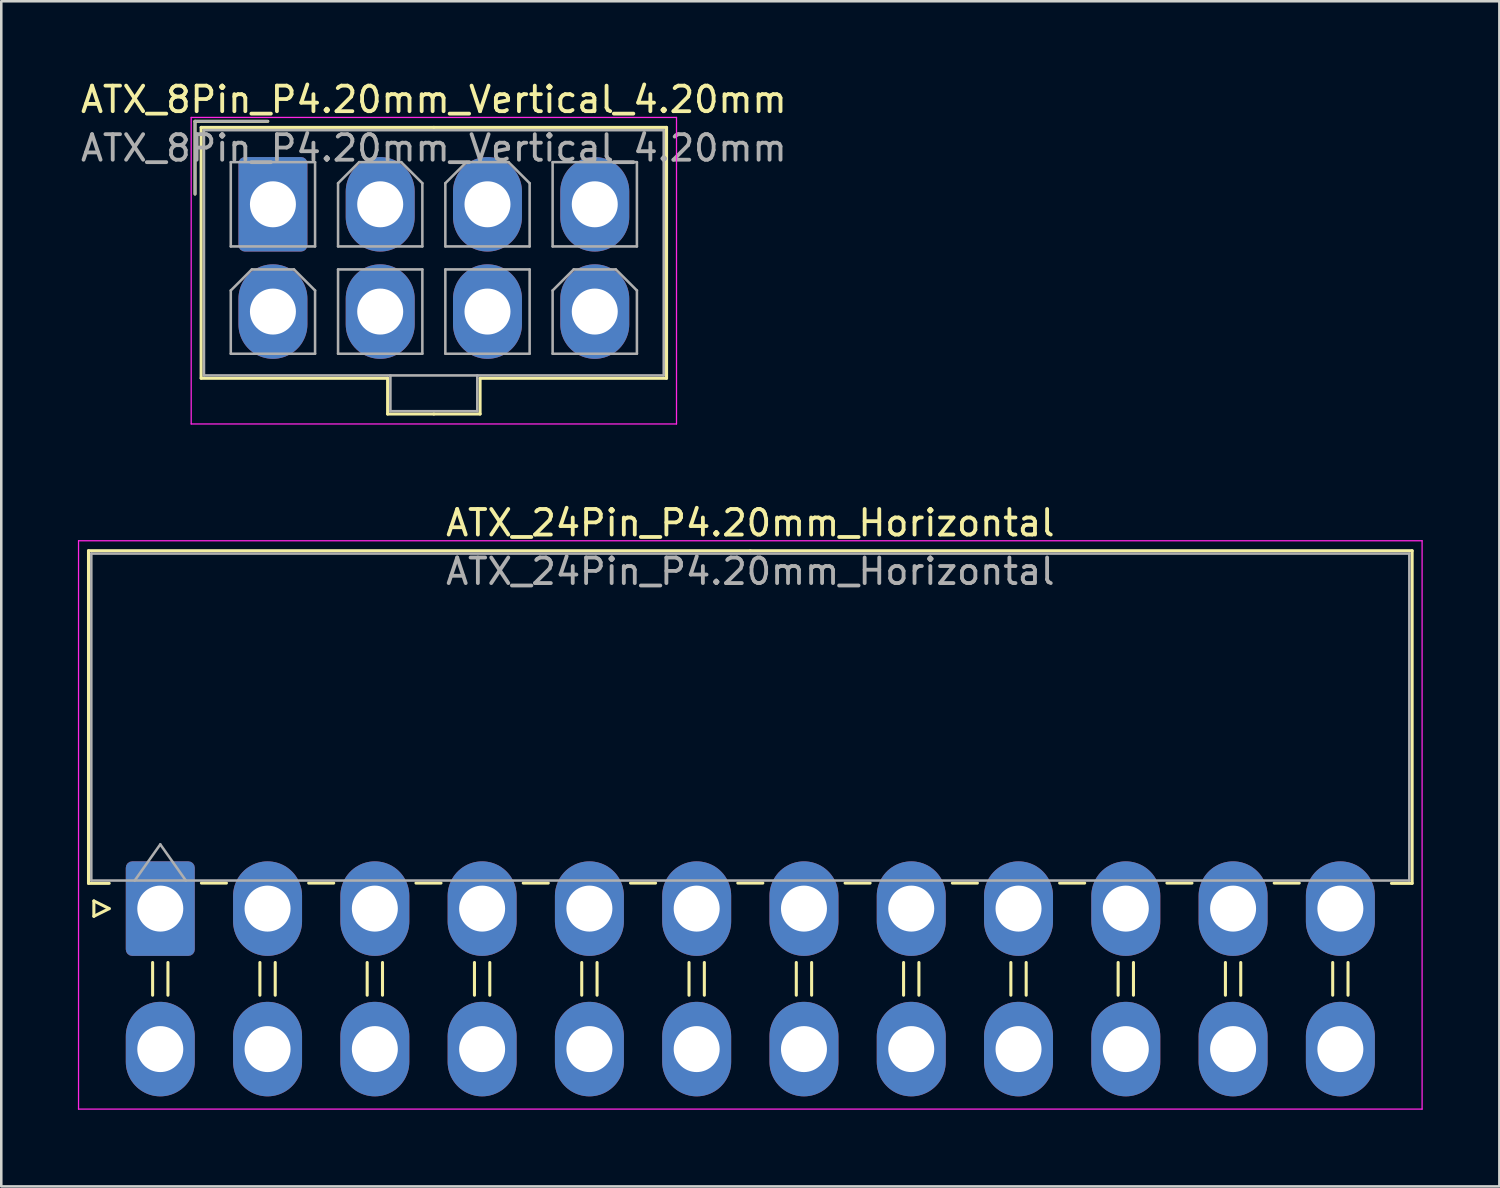
<source format=kicad_pcb>
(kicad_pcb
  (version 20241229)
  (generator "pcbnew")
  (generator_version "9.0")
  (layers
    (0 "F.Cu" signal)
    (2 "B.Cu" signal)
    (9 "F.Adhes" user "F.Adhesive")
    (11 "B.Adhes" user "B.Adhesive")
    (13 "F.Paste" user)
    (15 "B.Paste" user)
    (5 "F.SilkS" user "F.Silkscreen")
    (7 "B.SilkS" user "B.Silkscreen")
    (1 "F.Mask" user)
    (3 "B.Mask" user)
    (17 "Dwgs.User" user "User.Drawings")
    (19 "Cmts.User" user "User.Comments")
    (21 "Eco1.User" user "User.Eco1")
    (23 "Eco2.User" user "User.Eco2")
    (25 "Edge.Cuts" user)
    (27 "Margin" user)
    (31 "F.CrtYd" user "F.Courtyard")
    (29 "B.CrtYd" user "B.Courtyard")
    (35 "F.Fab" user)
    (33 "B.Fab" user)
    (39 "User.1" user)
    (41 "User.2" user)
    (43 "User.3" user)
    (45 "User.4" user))
  (footprint "ATX_8Pin_P4.20mm_Vertical_4.20mm"
    (layer "F.Cu")
    (at 7.635 4.948)
    (property "Reference" "ATX_8Pin_P4.20mm_Vertical_4.20mm" (at 6.3 -4.1 0) (layer "F.SilkS") (effects (font (size 1 1) (thickness 0.15))))
    (attr through_hole)
    (fp_line (start -3.05 -3.25) (end -3.05 -0.4) (stroke (width 0.12) (type solid)) (layer "F.SilkS"))
    (fp_line (start -2.81 -3.01) (end -2.81 6.81) (stroke (width 0.12) (type solid)) (layer "F.SilkS"))
    (fp_line (start -2.81 6.81) (end 4.49 6.81) (stroke (width 0.12) (type solid)) (layer "F.SilkS"))
    (fp_line (start -0.2 -3.25) (end -3.05 -3.25) (stroke (width 0.12) (type solid)) (layer "F.SilkS"))
    (fp_line (start 4.49 6.81) (end 4.49 8.21) (stroke (width 0.12) (type solid)) (layer "F.SilkS"))
    (fp_line (start 4.49 8.21) (end 6.3 8.21) (stroke (width 0.12) (type solid)) (layer "F.SilkS"))
    (fp_line (start 6.3 -3.01) (end -2.81 -3.01) (stroke (width 0.12) (type solid)) (layer "F.SilkS"))
    (fp_line (start 6.3 -3.01) (end 15.41 -3.01) (stroke (width 0.12) (type solid)) (layer "F.SilkS"))
    (fp_line (start 8.11 6.81) (end 8.11 8.21) (stroke (width 0.12) (type solid)) (layer "F.SilkS"))
    (fp_line (start 8.11 8.21) (end 6.3 8.21) (stroke (width 0.12) (type solid)) (layer "F.SilkS"))
    (fp_line (start 15.41 -3.01) (end 15.41 6.81) (stroke (width 0.12) (type solid)) (layer "F.SilkS"))
    (fp_line (start 15.41 6.81) (end 8.11 6.81) (stroke (width 0.12) (type solid)) (layer "F.SilkS"))
    (fp_line (start -3.2 -3.4) (end -3.2 8.6) (stroke (width 0.05) (type solid)) (layer "F.CrtYd"))
    (fp_line (start -3.2 8.6) (end 15.8 8.6) (stroke (width 0.05) (type solid)) (layer "F.CrtYd"))
    (fp_line (start 15.8 -3.4) (end -3.2 -3.4) (stroke (width 0.05) (type solid)) (layer "F.CrtYd"))
    (fp_line (start 15.8 8.6) (end 15.8 -3.4) (stroke (width 0.05) (type solid)) (layer "F.CrtYd"))
    (fp_line (start -3.05 -3.25) (end -3.05 -0.4) (stroke (width 0.1) (type solid)) (layer "F.Fab"))
    (fp_line (start -2.7 -2.9) (end -2.7 6.7) (stroke (width 0.1) (type solid)) (layer "F.Fab"))
    (fp_line (start -2.7 6.7) (end 15.3 6.7) (stroke (width 0.1) (type solid)) (layer "F.Fab"))
    (fp_line (start -1.65 -1.65) (end -1.65 1.65) (stroke (width 0.1) (type solid)) (layer "F.Fab"))
    (fp_line (start -1.65 1.65) (end 1.65 1.65) (stroke (width 0.1) (type solid)) (layer "F.Fab"))
    (fp_line (start -1.65 3.375) (end -0.825 2.55) (stroke (width 0.1) (type solid)) (layer "F.Fab"))
    (fp_line (start -1.65 5.85) (end -1.65 3.375) (stroke (width 0.1) (type solid)) (layer "F.Fab"))
    (fp_line (start -0.825 2.55) (end 0.825 2.55) (stroke (width 0.1) (type solid)) (layer "F.Fab"))
    (fp_line (start -0.2 -3.25) (end -3.05 -3.25) (stroke (width 0.1) (type solid)) (layer "F.Fab"))
    (fp_line (start 0.825 2.55) (end 1.65 3.375) (stroke (width 0.1) (type solid)) (layer "F.Fab"))
    (fp_line (start 1.65 -1.65) (end -1.65 -1.65) (stroke (width 0.1) (type solid)) (layer "F.Fab"))
    (fp_line (start 1.65 1.65) (end 1.65 -1.65) (stroke (width 0.1) (type solid)) (layer "F.Fab"))
    (fp_line (start 1.65 3.375) (end 1.65 5.85) (stroke (width 0.1) (type solid)) (layer "F.Fab"))
    (fp_line (start 1.65 5.85) (end -1.65 5.85) (stroke (width 0.1) (type solid)) (layer "F.Fab"))
    (fp_line (start 2.55 -0.825) (end 3.375 -1.65) (stroke (width 0.1) (type solid)) (layer "F.Fab"))
    (fp_line (start 2.55 1.65) (end 2.55 -0.825) (stroke (width 0.1) (type solid)) (layer "F.Fab"))
    (fp_line (start 2.55 2.55) (end 2.55 5.85) (stroke (width 0.1) (type solid)) (layer "F.Fab"))
    (fp_line (start 2.55 5.85) (end 5.85 5.85) (stroke (width 0.1) (type solid)) (layer "F.Fab"))
    (fp_line (start 3.375 -1.65) (end 5.025 -1.65) (stroke (width 0.1) (type solid)) (layer "F.Fab"))
    (fp_line (start 4.6 6.7) (end 4.6 8.1) (stroke (width 0.1) (type solid)) (layer "F.Fab"))
    (fp_line (start 4.6 8.1) (end 8 8.1) (stroke (width 0.1) (type solid)) (layer "F.Fab"))
    (fp_line (start 5.025 -1.65) (end 5.85 -0.825) (stroke (width 0.1) (type solid)) (layer "F.Fab"))
    (fp_line (start 5.85 -0.825) (end 5.85 1.65) (stroke (width 0.1) (type solid)) (layer "F.Fab"))
    (fp_line (start 5.85 1.65) (end 2.55 1.65) (stroke (width 0.1) (type solid)) (layer "F.Fab"))
    (fp_line (start 5.85 2.55) (end 2.55 2.55) (stroke (width 0.1) (type solid)) (layer "F.Fab"))
    (fp_line (start 5.85 5.85) (end 5.85 2.55) (stroke (width 0.1) (type solid)) (layer "F.Fab"))
    (fp_line (start 6.75 -0.825) (end 7.575 -1.65) (stroke (width 0.1) (type solid)) (layer "F.Fab"))
    (fp_line (start 6.75 1.65) (end 6.75 -0.825) (stroke (width 0.1) (type solid)) (layer "F.Fab"))
    (fp_line (start 6.75 2.55) (end 6.75 5.85) (stroke (width 0.1) (type solid)) (layer "F.Fab"))
    (fp_line (start 6.75 5.85) (end 10.05 5.85) (stroke (width 0.1) (type solid)) (layer "F.Fab"))
    (fp_line (start 7.575 -1.65) (end 9.225 -1.65) (stroke (width 0.1) (type solid)) (layer "F.Fab"))
    (fp_line (start 8 8.1) (end 8 6.7) (stroke (width 0.1) (type solid)) (layer "F.Fab"))
    (fp_line (start 9.225 -1.65) (end 10.05 -0.825) (stroke (width 0.1) (type solid)) (layer "F.Fab"))
    (fp_line (start 10.05 -0.825) (end 10.05 1.65) (stroke (width 0.1) (type solid)) (layer "F.Fab"))
    (fp_line (start 10.05 1.65) (end 6.75 1.65) (stroke (width 0.1) (type solid)) (layer "F.Fab"))
    (fp_line (start 10.05 2.55) (end 6.75 2.55) (stroke (width 0.1) (type solid)) (layer "F.Fab"))
    (fp_line (start 10.05 5.85) (end 10.05 2.55) (stroke (width 0.1) (type solid)) (layer "F.Fab"))
    (fp_line (start 10.95 -1.65) (end 10.95 1.65) (stroke (width 0.1) (type solid)) (layer "F.Fab"))
    (fp_line (start 10.95 1.65) (end 14.25 1.65) (stroke (width 0.1) (type solid)) (layer "F.Fab"))
    (fp_line (start 10.95 3.375) (end 11.775 2.55) (stroke (width 0.1) (type solid)) (layer "F.Fab"))
    (fp_line (start 10.95 5.85) (end 10.95 3.375) (stroke (width 0.1) (type solid)) (layer "F.Fab"))
    (fp_line (start 11.775 2.55) (end 13.425 2.55) (stroke (width 0.1) (type solid)) (layer "F.Fab"))
    (fp_line (start 13.425 2.55) (end 14.25 3.375) (stroke (width 0.1) (type solid)) (layer "F.Fab"))
    (fp_line (start 14.25 -1.65) (end 10.95 -1.65) (stroke (width 0.1) (type solid)) (layer "F.Fab"))
    (fp_line (start 14.25 1.65) (end 14.25 -1.65) (stroke (width 0.1) (type solid)) (layer "F.Fab"))
    (fp_line (start 14.25 3.375) (end 14.25 5.85) (stroke (width 0.1) (type solid)) (layer "F.Fab"))
    (fp_line (start 14.25 5.85) (end 10.95 5.85) (stroke (width 0.1) (type solid)) (layer "F.Fab"))
    (fp_line (start 15.3 -2.9) (end -2.7 -2.9) (stroke (width 0.1) (type solid)) (layer "F.Fab"))
    (fp_line (start 15.3 6.7) (end 15.3 -2.9) (stroke (width 0.1) (type solid)) (layer "F.Fab"))
    (fp_text user "${REFERENCE}" (at 6.3 -2.2 0) (layer "F.Fab") (effects (font (size 1 1) (thickness 0.15))))
    (pad "1" thru_hole roundrect (at 0 0) (size 2.7 3.7) (drill 1.8) (layers "*.Cu" "*.Mask") (roundrect_rratio 0.093))
    (pad "2" thru_hole oval (at 4.2 0) (size 2.7 3.7) (drill 1.8) (layers "*.Cu" "*.Mask"))
    (pad "3" thru_hole oval (at 8.4 0) (size 2.7 3.7) (drill 1.8) (layers "*.Cu" "*.Mask"))
    (pad "4" thru_hole oval (at 12.6 0) (size 2.7 3.7) (drill 1.8) (layers "*.Cu" "*.Mask"))
    (pad "5" thru_hole oval (at 0 4.2) (size 2.7 3.7) (drill 1.8) (layers "*.Cu" "*.Mask"))
    (pad "6" thru_hole oval (at 4.2 4.2) (size 2.7 3.7) (drill 1.8) (layers "*.Cu" "*.Mask"))
    (pad "7" thru_hole oval (at 8.4 4.2) (size 2.7 3.7) (drill 1.8) (layers "*.Cu" "*.Mask"))
    (pad "8" thru_hole oval (at 12.6 4.2) (size 2.7 3.7) (drill 1.8) (layers "*.Cu" "*.Mask")))
  (footprint "ATX_24Pin_P4.20mm_Horizontal"
    (layer "F.Cu")
    (at 3.225 32.522)
    (property "Reference" "ATX_24Pin_P4.20mm_Horizontal" (at 23.1 -15.1 0) (layer "F.SilkS") (effects (font (size 1 1) (thickness 0.15))))
    (attr through_hole)
    (fp_line (start -2.81 -14.01) (end 23.1 -14.01) (stroke (width 0.12) (type solid)) (layer "F.SilkS"))
    (fp_line (start -2.81 -0.99) (end -2.81 -14.01) (stroke (width 0.12) (type solid)) (layer "F.SilkS"))
    (fp_line (start -2.6 -0.3) (end -2 0) (stroke (width 0.12) (type solid)) (layer "F.SilkS"))
    (fp_line (start -2.6 0.3) (end -2.6 -0.3) (stroke (width 0.12) (type solid)) (layer "F.SilkS"))
    (fp_line (start -2 -0.99) (end -2.81 -0.99) (stroke (width 0.12) (type solid)) (layer "F.SilkS"))
    (fp_line (start -2 0) (end -2.6 0.3) (stroke (width 0.12) (type solid)) (layer "F.SilkS"))
    (fp_line (start -0.3 2.11) (end -0.3 3.39) (stroke (width 0.12) (type solid)) (layer "F.SilkS"))
    (fp_line (start 0.3 2.11) (end 0.3 3.39) (stroke (width 0.12) (type solid)) (layer "F.SilkS"))
    (fp_line (start 1.61 -1) (end 2.59 -1) (stroke (width 0.12) (type solid)) (layer "F.SilkS"))
    (fp_line (start 3.9 2.11) (end 3.9 3.39) (stroke (width 0.12) (type solid)) (layer "F.SilkS"))
    (fp_line (start 4.5 2.11) (end 4.5 3.39) (stroke (width 0.12) (type solid)) (layer "F.SilkS"))
    (fp_line (start 5.81 -1) (end 6.79 -1) (stroke (width 0.12) (type solid)) (layer "F.SilkS"))
    (fp_line (start 8.1 2.11) (end 8.1 3.39) (stroke (width 0.12) (type solid)) (layer "F.SilkS"))
    (fp_line (start 8.7 2.11) (end 8.7 3.39) (stroke (width 0.12) (type solid)) (layer "F.SilkS"))
    (fp_line (start 10.01 -1) (end 10.99 -1) (stroke (width 0.12) (type solid)) (layer "F.SilkS"))
    (fp_line (start 12.3 2.11) (end 12.3 3.39) (stroke (width 0.12) (type solid)) (layer "F.SilkS"))
    (fp_line (start 12.9 2.11) (end 12.9 3.39) (stroke (width 0.12) (type solid)) (layer "F.SilkS"))
    (fp_line (start 14.21 -1) (end 15.19 -1) (stroke (width 0.12) (type solid)) (layer "F.SilkS"))
    (fp_line (start 16.5 2.11) (end 16.5 3.39) (stroke (width 0.12) (type solid)) (layer "F.SilkS"))
    (fp_line (start 17.1 2.11) (end 17.1 3.39) (stroke (width 0.12) (type solid)) (layer "F.SilkS"))
    (fp_line (start 18.41 -1) (end 19.39 -1) (stroke (width 0.12) (type solid)) (layer "F.SilkS"))
    (fp_line (start 20.7 2.11) (end 20.7 3.39) (stroke (width 0.12) (type solid)) (layer "F.SilkS"))
    (fp_line (start 21.3 2.11) (end 21.3 3.39) (stroke (width 0.12) (type solid)) (layer "F.SilkS"))
    (fp_line (start 22.61 -1) (end 23.59 -1) (stroke (width 0.12) (type solid)) (layer "F.SilkS"))
    (fp_line (start 24.9 2.11) (end 24.9 3.39) (stroke (width 0.12) (type solid)) (layer "F.SilkS"))
    (fp_line (start 25.5 2.11) (end 25.5 3.39) (stroke (width 0.12) (type solid)) (layer "F.SilkS"))
    (fp_line (start 26.81 -1) (end 27.79 -1) (stroke (width 0.12) (type solid)) (layer "F.SilkS"))
    (fp_line (start 29.1 2.11) (end 29.1 3.39) (stroke (width 0.12) (type solid)) (layer "F.SilkS"))
    (fp_line (start 29.7 2.11) (end 29.7 3.39) (stroke (width 0.12) (type solid)) (layer "F.SilkS"))
    (fp_line (start 31.01 -1) (end 31.99 -1) (stroke (width 0.12) (type solid)) (layer "F.SilkS"))
    (fp_line (start 33.3 2.11) (end 33.3 3.39) (stroke (width 0.12) (type solid)) (layer "F.SilkS"))
    (fp_line (start 33.9 2.11) (end 33.9 3.39) (stroke (width 0.12) (type solid)) (layer "F.SilkS"))
    (fp_line (start 35.21 -1) (end 36.19 -1) (stroke (width 0.12) (type solid)) (layer "F.SilkS"))
    (fp_line (start 37.5 2.11) (end 37.5 3.39) (stroke (width 0.12) (type solid)) (layer "F.SilkS"))
    (fp_line (start 38.1 2.11) (end 38.1 3.39) (stroke (width 0.12) (type solid)) (layer "F.SilkS"))
    (fp_line (start 39.41 -1) (end 40.39 -1) (stroke (width 0.12) (type solid)) (layer "F.SilkS"))
    (fp_line (start 41.7 2.11) (end 41.7 3.39) (stroke (width 0.12) (type solid)) (layer "F.SilkS"))
    (fp_line (start 42.3 2.11) (end 42.3 3.39) (stroke (width 0.12) (type solid)) (layer "F.SilkS"))
    (fp_line (start 43.61 -1) (end 44.59 -1) (stroke (width 0.12) (type solid)) (layer "F.SilkS"))
    (fp_line (start 45.9 2.11) (end 45.9 3.39) (stroke (width 0.12) (type solid)) (layer "F.SilkS"))
    (fp_line (start 46.5 2.11) (end 46.5 3.39) (stroke (width 0.12) (type solid)) (layer "F.SilkS"))
    (fp_line (start 48.2 -0.99) (end 49.01 -0.99) (stroke (width 0.12) (type solid)) (layer "F.SilkS"))
    (fp_line (start 49.01 -14.01) (end 23.1 -14.01) (stroke (width 0.12) (type solid)) (layer "F.SilkS"))
    (fp_line (start 49.01 -0.99) (end 49.01 -14.01) (stroke (width 0.12) (type solid)) (layer "F.SilkS"))
    (fp_line (start -3.2 -14.4) (end -3.2 7.85) (stroke (width 0.05) (type solid)) (layer "F.CrtYd"))
    (fp_line (start -3.2 7.85) (end 49.4 7.85) (stroke (width 0.05) (type solid)) (layer "F.CrtYd"))
    (fp_line (start 49.4 -14.4) (end -3.2 -14.4) (stroke (width 0.05) (type solid)) (layer "F.CrtYd"))
    (fp_line (start 49.4 7.85) (end 49.4 -14.4) (stroke (width 0.05) (type solid)) (layer "F.CrtYd"))
    (fp_line (start -2.7 -13.9) (end -2.7 -1.1) (stroke (width 0.1) (type solid)) (layer "F.Fab"))
    (fp_line (start -2.7 -1.1) (end 48.9 -1.1) (stroke (width 0.1) (type solid)) (layer "F.Fab"))
    (fp_line (start -1 -1.1) (end 0 -2.514) (stroke (width 0.1) (type solid)) (layer "F.Fab"))
    (fp_line (start 0 -2.514) (end 1 -1.1) (stroke (width 0.1) (type solid)) (layer "F.Fab"))
    (fp_line (start 48.9 -13.9) (end -2.7 -13.9) (stroke (width 0.1) (type solid)) (layer "F.Fab"))
    (fp_line (start 48.9 -1.1) (end 48.9 -13.9) (stroke (width 0.1) (type solid)) (layer "F.Fab"))
    (fp_text user "${REFERENCE}" (at 23.1 -13.2 0) (layer "F.Fab") (effects (font (size 1 1) (thickness 0.15))))
    (pad "1" thru_hole roundrect (at 0 0) (size 2.7 3.7) (drill 1.8) (layers "*.Cu" "*.Mask") (roundrect_rratio 0.093))
    (pad "2" thru_hole oval (at 4.2 0) (size 2.7 3.7) (drill 1.8) (layers "*.Cu" "*.Mask"))
    (pad "3" thru_hole oval (at 8.4 0) (size 2.7 3.7) (drill 1.8) (layers "*.Cu" "*.Mask"))
    (pad "4" thru_hole oval (at 12.6 0) (size 2.7 3.7) (drill 1.8) (layers "*.Cu" "*.Mask"))
    (pad "5" thru_hole oval (at 16.8 0) (size 2.7 3.7) (drill 1.8) (layers "*.Cu" "*.Mask"))
    (pad "6" thru_hole oval (at 21 0) (size 2.7 3.7) (drill 1.8) (layers "*.Cu" "*.Mask"))
    (pad "7" thru_hole oval (at 25.2 0) (size 2.7 3.7) (drill 1.8) (layers "*.Cu" "*.Mask"))
    (pad "8" thru_hole oval (at 29.4 0) (size 2.7 3.7) (drill 1.8) (layers "*.Cu" "*.Mask"))
    (pad "9" thru_hole oval (at 33.6 0) (size 2.7 3.7) (drill 1.8) (layers "*.Cu" "*.Mask"))
    (pad "10" thru_hole oval (at 37.8 0) (size 2.7 3.7) (drill 1.8) (layers "*.Cu" "*.Mask"))
    (pad "11" thru_hole oval (at 42 0) (size 2.7 3.7) (drill 1.8) (layers "*.Cu" "*.Mask"))
    (pad "12" thru_hole oval (at 46.2 0) (size 2.7 3.7) (drill 1.8) (layers "*.Cu" "*.Mask"))
    (pad "13" thru_hole oval (at 0 5.5) (size 2.7 3.7) (drill 1.8) (layers "*.Cu" "*.Mask"))
    (pad "14" thru_hole oval (at 4.2 5.5) (size 2.7 3.7) (drill 1.8) (layers "*.Cu" "*.Mask"))
    (pad "15" thru_hole oval (at 8.4 5.5) (size 2.7 3.7) (drill 1.8) (layers "*.Cu" "*.Mask"))
    (pad "16" thru_hole oval (at 12.6 5.5) (size 2.7 3.7) (drill 1.8) (layers "*.Cu" "*.Mask"))
    (pad "17" thru_hole oval (at 16.8 5.5) (size 2.7 3.7) (drill 1.8) (layers "*.Cu" "*.Mask"))
    (pad "18" thru_hole oval (at 21 5.5) (size 2.7 3.7) (drill 1.8) (layers "*.Cu" "*.Mask"))
    (pad "19" thru_hole oval (at 25.2 5.5) (size 2.7 3.7) (drill 1.8) (layers "*.Cu" "*.Mask"))
    (pad "20" thru_hole oval (at 29.4 5.5) (size 2.7 3.7) (drill 1.8) (layers "*.Cu" "*.Mask"))
    (pad "21" thru_hole oval (at 33.6 5.5) (size 2.7 3.7) (drill 1.8) (layers "*.Cu" "*.Mask"))
    (pad "22" thru_hole oval (at 37.8 5.5) (size 2.7 3.7) (drill 1.8) (layers "*.Cu" "*.Mask"))
    (pad "23" thru_hole oval (at 42 5.5) (size 2.7 3.7) (drill 1.8) (layers "*.Cu" "*.Mask"))
    (pad "24" thru_hole oval (at 46.2 5.5) (size 2.7 3.7) (drill 1.8) (layers "*.Cu" "*.Mask")))
  (gr_rect
    (start -3 -3)
    (end 55.65 43.397)
    (stroke (width 0.1) (type default))
    (fill no)
    (layer "Edge.Cuts")))
</source>
